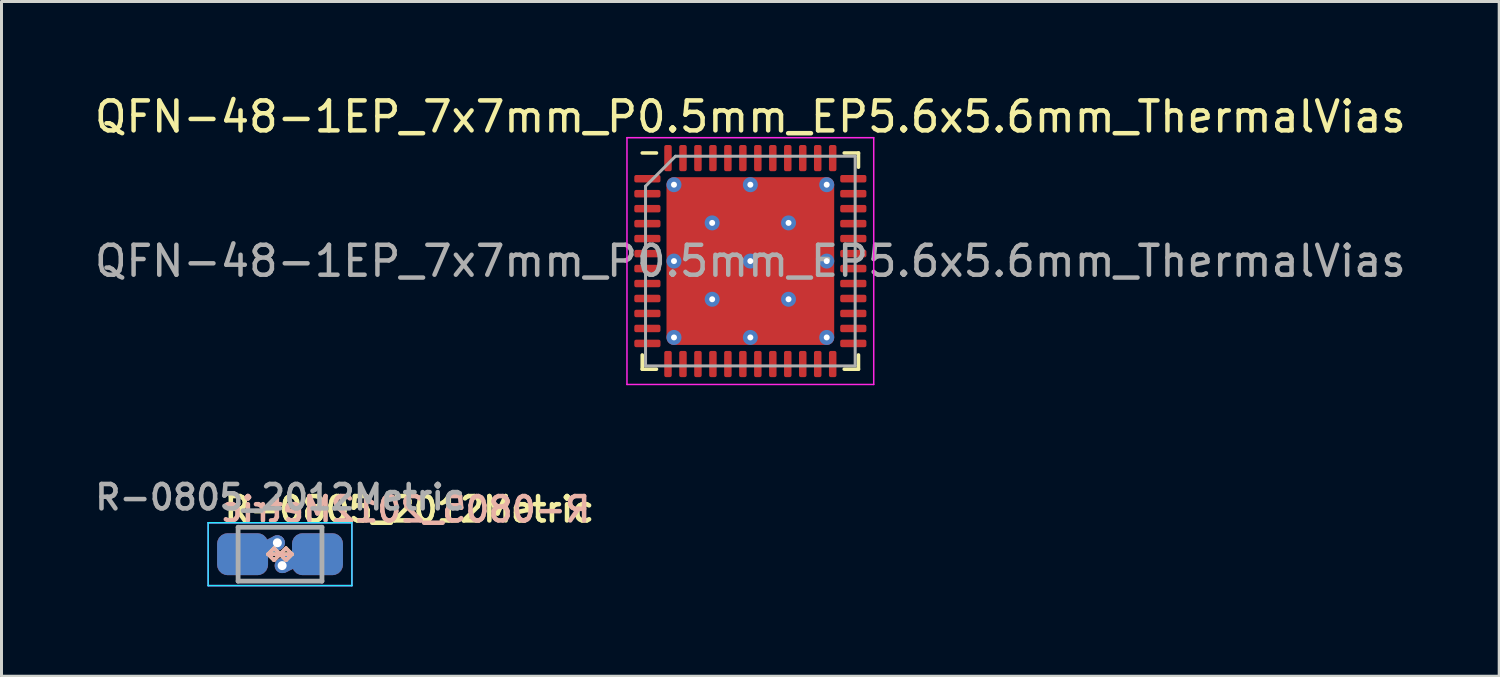
<source format=kicad_pcb>
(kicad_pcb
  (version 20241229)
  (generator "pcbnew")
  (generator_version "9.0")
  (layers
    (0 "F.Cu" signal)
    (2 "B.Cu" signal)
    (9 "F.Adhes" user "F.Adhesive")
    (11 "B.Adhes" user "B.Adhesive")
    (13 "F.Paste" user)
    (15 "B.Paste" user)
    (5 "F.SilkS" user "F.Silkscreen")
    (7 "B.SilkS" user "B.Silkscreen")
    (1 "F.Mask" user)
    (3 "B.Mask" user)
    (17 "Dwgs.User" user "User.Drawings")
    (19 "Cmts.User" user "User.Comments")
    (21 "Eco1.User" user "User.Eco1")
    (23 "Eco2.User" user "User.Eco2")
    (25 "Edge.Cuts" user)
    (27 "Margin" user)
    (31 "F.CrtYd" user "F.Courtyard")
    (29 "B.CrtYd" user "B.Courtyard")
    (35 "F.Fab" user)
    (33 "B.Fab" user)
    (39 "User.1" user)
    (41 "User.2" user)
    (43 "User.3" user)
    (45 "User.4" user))
  (footprint "QFN-48-1EP_7x7mm_P0.5mm_EP5.6x5.6mm_ThermalVias"
    (layer "F.Cu")
    (at 22.006 5.668)
    (property "Reference" "QFN-48-1EP_7x7mm_P0.5mm_EP5.6x5.6mm_ThermalVias" (at 0 -4.82 180) (layer "F.SilkS") (effects (font (size 1 1) (thickness 0.15))))
    (attr smd)
    (fp_line (start -3.61 3.61) (end -3.61 3.135) (stroke (width 0.12) (type solid)) (layer "F.SilkS"))
    (fp_line (start -3.135 -3.61) (end -3.61 -3.61) (stroke (width 0.12) (type solid)) (layer "F.SilkS"))
    (fp_line (start -3.135 3.61) (end -3.61 3.61) (stroke (width 0.12) (type solid)) (layer "F.SilkS"))
    (fp_line (start 3.135 -3.61) (end 3.61 -3.61) (stroke (width 0.12) (type solid)) (layer "F.SilkS"))
    (fp_line (start 3.135 3.61) (end 3.61 3.61) (stroke (width 0.12) (type solid)) (layer "F.SilkS"))
    (fp_line (start 3.61 -3.61) (end 3.61 -3.135) (stroke (width 0.12) (type solid)) (layer "F.SilkS"))
    (fp_line (start 3.61 3.61) (end 3.61 3.135) (stroke (width 0.12) (type solid)) (layer "F.SilkS"))
    (fp_line (start -4.12 -4.12) (end -4.12 4.12) (stroke (width 0.05) (type solid)) (layer "F.CrtYd"))
    (fp_line (start -4.12 4.12) (end 4.12 4.12) (stroke (width 0.05) (type solid)) (layer "F.CrtYd"))
    (fp_line (start 4.12 -4.12) (end -4.12 -4.12) (stroke (width 0.05) (type solid)) (layer "F.CrtYd"))
    (fp_line (start 4.12 4.12) (end 4.12 -4.12) (stroke (width 0.05) (type solid)) (layer "F.CrtYd"))
    (fp_line (start -3.5 -2.5) (end -2.5 -3.5) (stroke (width 0.1) (type solid)) (layer "F.Fab"))
    (fp_line (start -3.5 3.5) (end -3.5 -2.5) (stroke (width 0.1) (type solid)) (layer "F.Fab"))
    (fp_line (start -2.5 -3.5) (end 3.5 -3.5) (stroke (width 0.1) (type solid)) (layer "F.Fab"))
    (fp_line (start 3.5 -3.5) (end 3.5 3.5) (stroke (width 0.1) (type solid)) (layer "F.Fab"))
    (fp_line (start 3.5 3.5) (end -3.5 3.5) (stroke (width 0.1) (type solid)) (layer "F.Fab"))
    (fp_text user "${REFERENCE}" (at 0 0 180) (layer "F.Fab") (effects (font (size 1 1) (thickness 0.15))))
    (pad "" smd roundrect (at -1.913 -1.913) (size 1.084 1.084) (layers "F.Paste") (roundrect_rratio 0.231))
    (pad "" smd roundrect (at -1.913 -0.637) (size 1.084 1.084) (layers "F.Paste") (roundrect_rratio 0.231))
    (pad "" smd roundrect (at -1.913 0.637) (size 1.084 1.084) (layers "F.Paste") (roundrect_rratio 0.231))
    (pad "" smd roundrect (at -1.913 1.913) (size 1.084 1.084) (layers "F.Paste") (roundrect_rratio 0.231))
    (pad "" smd roundrect (at -0.637 -1.913) (size 1.084 1.084) (layers "F.Paste") (roundrect_rratio 0.231))
    (pad "" smd roundrect (at -0.637 -0.637) (size 1.084 1.084) (layers "F.Paste") (roundrect_rratio 0.231))
    (pad "" smd roundrect (at -0.637 0.637) (size 1.084 1.084) (layers "F.Paste") (roundrect_rratio 0.231))
    (pad "" smd roundrect (at -0.637 1.913) (size 1.084 1.084) (layers "F.Paste") (roundrect_rratio 0.231))
    (pad "" smd roundrect (at 0.637 -1.913) (size 1.084 1.084) (layers "F.Paste") (roundrect_rratio 0.231))
    (pad "" smd roundrect (at 0.637 -0.637) (size 1.084 1.084) (layers "F.Paste") (roundrect_rratio 0.231))
    (pad "" smd roundrect (at 0.637 0.637) (size 1.084 1.084) (layers "F.Paste") (roundrect_rratio 0.231))
    (pad "" smd roundrect (at 0.637 1.913) (size 1.084 1.084) (layers "F.Paste") (roundrect_rratio 0.231))
    (pad "" smd roundrect (at 1.913 -1.913) (size 1.084 1.084) (layers "F.Paste") (roundrect_rratio 0.231))
    (pad "" smd roundrect (at 1.913 -0.637) (size 1.084 1.084) (layers "F.Paste") (roundrect_rratio 0.231))
    (pad "" smd roundrect (at 1.913 0.637) (size 1.084 1.084) (layers "F.Paste") (roundrect_rratio 0.231))
    (pad "" smd roundrect (at 1.913 1.913) (size 1.084 1.084) (layers "F.Paste") (roundrect_rratio 0.231))
    (pad "1" smd roundrect (at -3.438 -2.75) (size 0.875 0.25) (layers "F.Cu" "F.Mask" "F.Paste") (roundrect_rratio 0.25))
    (pad "2" smd roundrect (at -3.438 -2.25) (size 0.875 0.25) (layers "F.Cu" "F.Mask" "F.Paste") (roundrect_rratio 0.25))
    (pad "3" smd roundrect (at -3.438 -1.75) (size 0.875 0.25) (layers "F.Cu" "F.Mask" "F.Paste") (roundrect_rratio 0.25))
    (pad "4" smd roundrect (at -3.438 -1.25) (size 0.875 0.25) (layers "F.Cu" "F.Mask" "F.Paste") (roundrect_rratio 0.25))
    (pad "5" smd roundrect (at -3.438 -0.75) (size 0.875 0.25) (layers "F.Cu" "F.Mask" "F.Paste") (roundrect_rratio 0.25))
    (pad "6" smd roundrect (at -3.438 -0.25) (size 0.875 0.25) (layers "F.Cu" "F.Mask" "F.Paste") (roundrect_rratio 0.25))
    (pad "7" smd roundrect (at -3.438 0.25) (size 0.875 0.25) (layers "F.Cu" "F.Mask" "F.Paste") (roundrect_rratio 0.25))
    (pad "8" smd roundrect (at -3.438 0.75) (size 0.875 0.25) (layers "F.Cu" "F.Mask" "F.Paste") (roundrect_rratio 0.25))
    (pad "9" smd roundrect (at -3.438 1.25) (size 0.875 0.25) (layers "F.Cu" "F.Mask" "F.Paste") (roundrect_rratio 0.25))
    (pad "10" smd roundrect (at -3.438 1.75) (size 0.875 0.25) (layers "F.Cu" "F.Mask" "F.Paste") (roundrect_rratio 0.25))
    (pad "11" smd roundrect (at -3.438 2.25) (size 0.875 0.25) (layers "F.Cu" "F.Mask" "F.Paste") (roundrect_rratio 0.25))
    (pad "12" smd roundrect (at -3.438 2.75) (size 0.875 0.25) (layers "F.Cu" "F.Mask" "F.Paste") (roundrect_rratio 0.25))
    (pad "13" smd roundrect (at -2.75 3.438) (size 0.25 0.875) (layers "F.Cu" "F.Mask" "F.Paste") (roundrect_rratio 0.25))
    (pad "14" smd roundrect (at -2.25 3.438) (size 0.25 0.875) (layers "F.Cu" "F.Mask" "F.Paste") (roundrect_rratio 0.25))
    (pad "15" smd roundrect (at -1.75 3.438) (size 0.25 0.875) (layers "F.Cu" "F.Mask" "F.Paste") (roundrect_rratio 0.25))
    (pad "16" smd roundrect (at -1.25 3.438) (size 0.25 0.875) (layers "F.Cu" "F.Mask" "F.Paste") (roundrect_rratio 0.25))
    (pad "17" smd roundrect (at -0.75 3.438) (size 0.25 0.875) (layers "F.Cu" "F.Mask" "F.Paste") (roundrect_rratio 0.25))
    (pad "18" smd roundrect (at -0.25 3.438) (size 0.25 0.875) (layers "F.Cu" "F.Mask" "F.Paste") (roundrect_rratio 0.25))
    (pad "19" smd roundrect (at 0.25 3.438) (size 0.25 0.875) (layers "F.Cu" "F.Mask" "F.Paste") (roundrect_rratio 0.25))
    (pad "20" smd roundrect (at 0.75 3.438) (size 0.25 0.875) (layers "F.Cu" "F.Mask" "F.Paste") (roundrect_rratio 0.25))
    (pad "21" smd roundrect (at 1.25 3.438) (size 0.25 0.875) (layers "F.Cu" "F.Mask" "F.Paste") (roundrect_rratio 0.25))
    (pad "22" smd roundrect (at 1.75 3.438) (size 0.25 0.875) (layers "F.Cu" "F.Mask" "F.Paste") (roundrect_rratio 0.25))
    (pad "23" smd roundrect (at 2.25 3.438) (size 0.25 0.875) (layers "F.Cu" "F.Mask" "F.Paste") (roundrect_rratio 0.25))
    (pad "24" smd roundrect (at 2.75 3.438) (size 0.25 0.875) (layers "F.Cu" "F.Mask" "F.Paste") (roundrect_rratio 0.25))
    (pad "25" smd roundrect (at 3.438 2.75) (size 0.875 0.25) (layers "F.Cu" "F.Mask" "F.Paste") (roundrect_rratio 0.25))
    (pad "26" smd roundrect (at 3.438 2.25) (size 0.875 0.25) (layers "F.Cu" "F.Mask" "F.Paste") (roundrect_rratio 0.25))
    (pad "27" smd roundrect (at 3.438 1.75) (size 0.875 0.25) (layers "F.Cu" "F.Mask" "F.Paste") (roundrect_rratio 0.25))
    (pad "28" smd roundrect (at 3.438 1.25) (size 0.875 0.25) (layers "F.Cu" "F.Mask" "F.Paste") (roundrect_rratio 0.25))
    (pad "29" smd roundrect (at 3.438 0.75) (size 0.875 0.25) (layers "F.Cu" "F.Mask" "F.Paste") (roundrect_rratio 0.25))
    (pad "30" smd roundrect (at 3.438 0.25) (size 0.875 0.25) (layers "F.Cu" "F.Mask" "F.Paste") (roundrect_rratio 0.25))
    (pad "31" smd roundrect (at 3.438 -0.25) (size 0.875 0.25) (layers "F.Cu" "F.Mask" "F.Paste") (roundrect_rratio 0.25))
    (pad "32" smd roundrect (at 3.438 -0.75) (size 0.875 0.25) (layers "F.Cu" "F.Mask" "F.Paste") (roundrect_rratio 0.25))
    (pad "33" smd roundrect (at 3.438 -1.25) (size 0.875 0.25) (layers "F.Cu" "F.Mask" "F.Paste") (roundrect_rratio 0.25))
    (pad "34" smd roundrect (at 3.438 -1.75) (size 0.875 0.25) (layers "F.Cu" "F.Mask" "F.Paste") (roundrect_rratio 0.25))
    (pad "35" smd roundrect (at 3.438 -2.25) (size 0.875 0.25) (layers "F.Cu" "F.Mask" "F.Paste") (roundrect_rratio 0.25))
    (pad "36" smd roundrect (at 3.438 -2.75) (size 0.875 0.25) (layers "F.Cu" "F.Mask" "F.Paste") (roundrect_rratio 0.25))
    (pad "37" smd roundrect (at 2.75 -3.438) (size 0.25 0.875) (layers "F.Cu" "F.Mask" "F.Paste") (roundrect_rratio 0.25))
    (pad "38" smd roundrect (at 2.25 -3.438) (size 0.25 0.875) (layers "F.Cu" "F.Mask" "F.Paste") (roundrect_rratio 0.25))
    (pad "39" smd roundrect (at 1.75 -3.438) (size 0.25 0.875) (layers "F.Cu" "F.Mask" "F.Paste") (roundrect_rratio 0.25))
    (pad "40" smd roundrect (at 1.25 -3.438) (size 0.25 0.875) (layers "F.Cu" "F.Mask" "F.Paste") (roundrect_rratio 0.25))
    (pad "41" smd roundrect (at 0.75 -3.438) (size 0.25 0.875) (layers "F.Cu" "F.Mask" "F.Paste") (roundrect_rratio 0.25))
    (pad "42" smd roundrect (at 0.25 -3.438) (size 0.25 0.875) (layers "F.Cu" "F.Mask" "F.Paste") (roundrect_rratio 0.25))
    (pad "43" smd roundrect (at -0.25 -3.438) (size 0.25 0.875) (layers "F.Cu" "F.Mask" "F.Paste") (roundrect_rratio 0.25))
    (pad "44" smd roundrect (at -0.75 -3.438) (size 0.25 0.875) (layers "F.Cu" "F.Mask" "F.Paste") (roundrect_rratio 0.25))
    (pad "45" smd roundrect (at -1.25 -3.438) (size 0.25 0.875) (layers "F.Cu" "F.Mask" "F.Paste") (roundrect_rratio 0.25))
    (pad "46" smd roundrect (at -1.75 -3.438) (size 0.25 0.875) (layers "F.Cu" "F.Mask" "F.Paste") (roundrect_rratio 0.25))
    (pad "47" smd roundrect (at -2.25 -3.438) (size 0.25 0.875) (layers "F.Cu" "F.Mask" "F.Paste") (roundrect_rratio 0.25))
    (pad "48" smd roundrect (at -2.75 -3.438) (size 0.25 0.875) (layers "F.Cu" "F.Mask" "F.Paste") (roundrect_rratio 0.25))
    (pad "49" thru_hole circle (at -2.55 -2.55) (size 0.5 0.5) (drill 0.2) (layers "*.Cu"))
    (pad "49" thru_hole circle (at -2.55 0) (size 0.5 0.5) (drill 0.2) (layers "*.Cu"))
    (pad "49" thru_hole circle (at -2.55 2.55) (size 0.5 0.5) (drill 0.2) (layers "*.Cu"))
    (pad "49" thru_hole circle (at -1.275 -1.275) (size 0.5 0.5) (drill 0.2) (layers "*.Cu"))
    (pad "49" thru_hole circle (at -1.275 1.275) (size 0.5 0.5) (drill 0.2) (layers "*.Cu"))
    (pad "49" thru_hole circle (at 0 -2.55) (size 0.5 0.5) (drill 0.2) (layers "*.Cu"))
    (pad "49" thru_hole circle (at 0 0) (size 0.5 0.5) (drill 0.2) (layers "*.Cu"))
    (pad "49" smd roundrect (at 0 0) (size 5.6 5.6) (layers "F.Cu" "F.Mask") (roundrect_rratio 0.045))
    (pad "49" thru_hole circle (at 0 2.55) (size 0.5 0.5) (drill 0.2) (layers "*.Cu"))
    (pad "49" thru_hole circle (at 1.275 -1.275) (size 0.5 0.5) (drill 0.2) (layers "*.Cu"))
    (pad "49" thru_hole circle (at 1.275 1.275) (size 0.5 0.5) (drill 0.2) (layers "*.Cu"))
    (pad "49" thru_hole circle (at 2.55 -2.55) (size 0.5 0.5) (drill 0.2) (layers "*.Cu"))
    (pad "49" thru_hole circle (at 2.55 0) (size 0.5 0.5) (drill 0.2) (layers "*.Cu"))
    (pad "49" thru_hole circle (at 2.55 2.55) (size 0.5 0.5) (drill 0.2) (layers "*.Cu")))
  (footprint "R-0805_2012Metric"
    (layer "F.Cu")
    (at 6.301 15.456)
    (property "Reference" "R-0805_2012Metric" (at -1.937 -1.496 0) (layer "F.SilkS") (effects (font (size 0.813 0.813) (thickness 0.152)) (justify left)))
    (attr smd)
    (fp_line (start -0.4 0) (end -0.2 0.2) (stroke (width 0.12) (type solid)) (layer "F.SilkS"))
    (fp_line (start -0.4 0) (end 0.4 0) (stroke (width 0.12) (type solid)) (layer "F.SilkS"))
    (fp_line (start -0.2 -0.2) (end -0.4 0) (stroke (width 0.12) (type solid)) (layer "F.SilkS"))
    (fp_line (start -0.2 0.2) (end 0 0) (stroke (width 0.12) (type solid)) (layer "F.SilkS"))
    (fp_line (start 0 0) (end -0.2 -0.2) (stroke (width 0.12) (type solid)) (layer "F.SilkS"))
    (fp_line (start 0 0) (end 0.2 0.2) (stroke (width 0.12) (type solid)) (layer "F.SilkS"))
    (fp_line (start 0.2 -0.2) (end 0 0) (stroke (width 0.12) (type solid)) (layer "F.SilkS"))
    (fp_line (start 0.2 0.2) (end 0.4 0) (stroke (width 0.12) (type solid)) (layer "F.SilkS"))
    (fp_line (start 0.4 0) (end 0.2 -0.2) (stroke (width 0.12) (type solid)) (layer "F.SilkS"))
    (fp_line (start -0.4 0) (end -0.2 -0.2) (stroke (width 0.12) (type solid)) (layer "B.SilkS"))
    (fp_line (start -0.4 0) (end 0.4 0) (stroke (width 0.12) (type solid)) (layer "B.SilkS"))
    (fp_line (start -0.2 -0.2) (end 0 0) (stroke (width 0.12) (type solid)) (layer "B.SilkS"))
    (fp_line (start -0.2 0.2) (end -0.4 0) (stroke (width 0.12) (type solid)) (layer "B.SilkS"))
    (fp_line (start 0 0) (end -0.2 0.2) (stroke (width 0.12) (type solid)) (layer "B.SilkS"))
    (fp_line (start 0 0) (end 0.2 -0.2) (stroke (width 0.12) (type solid)) (layer "B.SilkS"))
    (fp_line (start 0.2 -0.2) (end 0.4 0) (stroke (width 0.12) (type solid)) (layer "B.SilkS"))
    (fp_line (start 0.2 0.2) (end 0 0) (stroke (width 0.12) (type solid)) (layer "B.SilkS"))
    (fp_line (start 0.4 0) (end 0.2 0.2) (stroke (width 0.12) (type solid)) (layer "B.SilkS"))
    (fp_line (start -2.4 -1.05) (end -2.4 1.05) (stroke (width 0.05) (type solid)) (layer "B.CrtYd"))
    (fp_line (start -2.4 -1.05) (end 2.4 -1.05) (stroke (width 0.05) (type solid)) (layer "B.CrtYd"))
    (fp_line (start 2.4 -1.05) (end 2.4 1.05) (stroke (width 0.05) (type solid)) (layer "B.CrtYd"))
    (fp_line (start 2.4 1.05) (end -2.4 1.05) (stroke (width 0.05) (type solid)) (layer "B.CrtYd"))
    (fp_line (start -2.4 -1.05) (end -2.4 1.05) (stroke (width 0.05) (type solid)) (layer "F.CrtYd"))
    (fp_line (start -2.4 -1.05) (end 2.4 -1.05) (stroke (width 0.05) (type solid)) (layer "F.CrtYd"))
    (fp_line (start 2.4 -1.05) (end 2.4 1.05) (stroke (width 0.05) (type solid)) (layer "F.CrtYd"))
    (fp_line (start 2.4 1.05) (end -2.4 1.05) (stroke (width 0.05) (type solid)) (layer "F.CrtYd"))
    (fp_line (start -1.4 -0.9) (end 1.4 -0.9) (stroke (width 0.16) (type solid)) (layer "F.Fab"))
    (fp_line (start -1.4 0.9) (end -1.4 -0.9) (stroke (width 0.16) (type solid)) (layer "F.Fab"))
    (fp_line (start 1.4 -0.9) (end 1.4 0.9) (stroke (width 0.16) (type solid)) (layer "F.Fab"))
    (fp_line (start 1.4 0.9) (end -1.4 0.9) (stroke (width 0.16) (type solid)) (layer "F.Fab"))
    (fp_text user "${REFERENCE}" (at -2.064 -1.496 0) (layer "B.SilkS") (effects (font (size 0.813 0.813) (thickness 0.152)) (justify right mirror)))
    (fp_text user "${REFERENCE}" (at 0 -1.9 0) (layer "F.Fab") (effects (font (size 0.813 0.813) (thickness 0.152))))
    (pad "1" smd roundrect (at -1.251 0) (size 1.701 1.4) (layers "F.Cu" "F.Mask" "F.Paste") (roundrect_rratio 0.25))
    (pad "1" smd roundrect (at -1.251 0) (size 1.701 1.4) (layers "B.Cu" "B.Mask" "B.Paste") (roundrect_rratio 0.25))
    (pad "1" smd custom (at -0.851 0) (size 0.01 0.01) (layers "F.Cu") (options (anchor circle)) (primitives (gr_line (start 0.762 -0.381) (end 0 0) (width 0.5))))
    (pad "1" smd custom (at -0.851 0) (size 0.01 0.01) (layers "B.Cu") (options (anchor circle)) (primitives (gr_line (start 0.762 -0.381) (end 0 0) (width 0.5))))
    (pad "1" thru_hole circle (at -0.089 -0.381) (size 0.5 0.5) (drill 0.3) (layers "*.Cu"))
    (pad "2" thru_hole circle (at 0.07 0.381) (size 0.5 0.5) (drill 0.3) (layers "*.Cu"))
    (pad "2" smd custom (at 0.851 0) (size 0.01 0.01) (layers "F.Cu") (options (anchor circle)) (primitives (gr_line (start -0.761 0.381) (end 0.001 0) (width 0.5))))
    (pad "2" smd custom (at 0.851 0) (size 0.01 0.01) (layers "B.Cu") (options (anchor circle)) (primitives (gr_line (start -0.761 0.381) (end 0.001 0) (width 0.5))))
    (pad "2" smd roundrect (at 1.251 0) (size 1.701 1.4) (layers "F.Cu" "F.Mask" "F.Paste") (roundrect_rratio 0.25))
    (pad "2" smd roundrect (at 1.251 0) (size 1.701 1.4) (layers "B.Cu" "B.Mask" "B.Paste") (roundrect_rratio 0.25)))
  (gr_rect
    (start -3 -3)
    (end 47.012 19.531)
    (stroke (width 0.1) (type default))
    (fill no)
    (layer "Edge.Cuts")))
</source>
